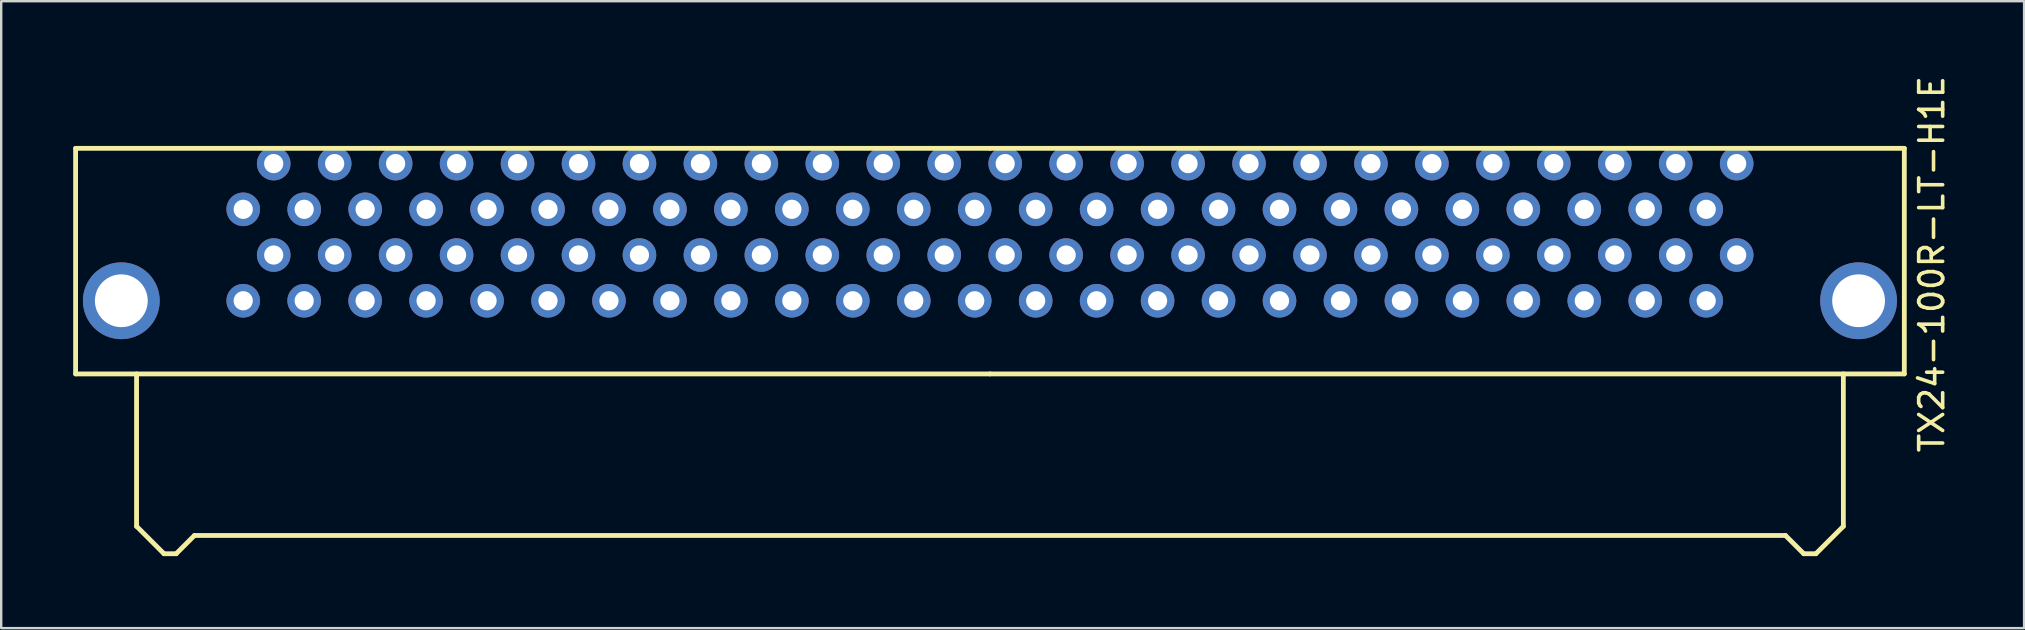
<source format=kicad_pcb>
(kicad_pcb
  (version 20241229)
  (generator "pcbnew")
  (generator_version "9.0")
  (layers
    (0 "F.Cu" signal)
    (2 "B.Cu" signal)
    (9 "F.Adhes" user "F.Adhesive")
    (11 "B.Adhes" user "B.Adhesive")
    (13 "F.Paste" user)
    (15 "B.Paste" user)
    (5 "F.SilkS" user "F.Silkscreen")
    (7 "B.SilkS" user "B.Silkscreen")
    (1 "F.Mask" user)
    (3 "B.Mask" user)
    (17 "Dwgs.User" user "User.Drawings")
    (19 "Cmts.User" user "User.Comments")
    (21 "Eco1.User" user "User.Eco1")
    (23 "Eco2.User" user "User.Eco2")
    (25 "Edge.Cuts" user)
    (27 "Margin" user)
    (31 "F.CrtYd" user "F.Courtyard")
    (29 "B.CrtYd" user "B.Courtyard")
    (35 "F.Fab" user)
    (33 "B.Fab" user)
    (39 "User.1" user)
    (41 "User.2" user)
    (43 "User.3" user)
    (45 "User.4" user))
  (footprint "TX24-100R-LT-H1E"
    (layer "F.Cu")
    (at 69.315 3.767)
    (property "Reference" "TX24-100R-LT-H1E" (at 8.128 4.191 90) (layer "F.SilkS") (effects (font (size 1 1) (thickness 0.15))))
    (attr through_hole)
    (fp_line (start -69.215 -0.635) (end -31.115 -0.635) (stroke (width 0.2) (type solid)) (layer "F.SilkS"))
    (fp_line (start -69.215 8.763) (end -69.215 -0.635) (stroke (width 0.2) (type solid)) (layer "F.SilkS"))
    (fp_line (start -66.675 15.113) (end -66.675 8.763) (stroke (width 0.2) (type solid)) (layer "F.SilkS"))
    (fp_line (start -66.675 15.113) (end -65.532 16.256) (stroke (width 0.2) (type solid)) (layer "F.SilkS"))
    (fp_line (start -65.532 16.256) (end -65.024 16.256) (stroke (width 0.2) (type solid)) (layer "F.SilkS"))
    (fp_line (start -65.024 16.256) (end -64.262 15.494) (stroke (width 0.2) (type solid)) (layer "F.SilkS"))
    (fp_line (start -31.115 -0.635) (end 6.985 -0.635) (stroke (width 0.2) (type solid)) (layer "F.SilkS"))
    (fp_line (start -31.115 8.763) (end -69.215 8.763) (stroke (width 0.2) (type solid)) (layer "F.SilkS"))
    (fp_line (start 2.032 15.494) (end -64.262 15.494) (stroke (width 0.2) (type solid)) (layer "F.SilkS"))
    (fp_line (start 2.032 15.494) (end 2.794 16.256) (stroke (width 0.2) (type solid)) (layer "F.SilkS"))
    (fp_line (start 3.302 16.256) (end 2.794 16.256) (stroke (width 0.2) (type solid)) (layer "F.SilkS"))
    (fp_line (start 4.445 15.113) (end 3.302 16.256) (stroke (width 0.2) (type solid)) (layer "F.SilkS"))
    (fp_line (start 4.445 15.113) (end 4.445 8.763) (stroke (width 0.2) (type solid)) (layer "F.SilkS"))
    (fp_line (start 6.985 -0.635) (end 6.985 8.763) (stroke (width 0.2) (type solid)) (layer "F.SilkS"))
    (fp_line (start 6.985 8.763) (end -31.115 8.763) (stroke (width 0.2) (type solid)) (layer "F.SilkS"))
    (pad "A1" thru_hole circle (at 0 0) (size 1.4 1.4) (drill 0.8) (layers "*.Cu" "*.Mask"))
    (pad "A2" thru_hole circle (at -1.27 1.905) (size 1.4 1.4) (drill 0.8) (layers "*.Cu" "*.Mask"))
    (pad "A3" thru_hole circle (at -2.54 0) (size 1.4 1.4) (drill 0.8) (layers "*.Cu" "*.Mask"))
    (pad "A4" thru_hole circle (at -3.81 1.905) (size 1.4 1.4) (drill 0.8) (layers "*.Cu" "*.Mask"))
    (pad "A5" thru_hole circle (at -5.08 0) (size 1.4 1.4) (drill 0.8) (layers "*.Cu" "*.Mask"))
    (pad "A6" thru_hole circle (at -6.35 1.905) (size 1.4 1.4) (drill 0.8) (layers "*.Cu" "*.Mask"))
    (pad "A7" thru_hole circle (at -7.62 0) (size 1.4 1.4) (drill 0.8) (layers "*.Cu" "*.Mask"))
    (pad "A8" thru_hole circle (at -8.89 1.905) (size 1.4 1.4) (drill 0.8) (layers "*.Cu" "*.Mask"))
    (pad "A9" thru_hole circle (at -10.16 0) (size 1.4 1.4) (drill 0.8) (layers "*.Cu" "*.Mask"))
    (pad "A10" thru_hole circle (at -11.43 1.905) (size 1.4 1.4) (drill 0.8) (layers "*.Cu" "*.Mask"))
    (pad "A11" thru_hole circle (at -12.7 0) (size 1.4 1.4) (drill 0.8) (layers "*.Cu" "*.Mask"))
    (pad "A12" thru_hole circle (at -13.97 1.905) (size 1.4 1.4) (drill 0.8) (layers "*.Cu" "*.Mask"))
    (pad "A13" thru_hole circle (at -15.24 0) (size 1.4 1.4) (drill 0.8) (layers "*.Cu" "*.Mask"))
    (pad "A14" thru_hole circle (at -16.51 1.905) (size 1.4 1.4) (drill 0.8) (layers "*.Cu" "*.Mask"))
    (pad "A15" thru_hole circle (at -17.78 0) (size 1.4 1.4) (drill 0.8) (layers "*.Cu" "*.Mask"))
    (pad "A16" thru_hole circle (at -19.05 1.905) (size 1.4 1.4) (drill 0.8) (layers "*.Cu" "*.Mask"))
    (pad "A17" thru_hole circle (at -20.32 0) (size 1.4 1.4) (drill 0.8) (layers "*.Cu" "*.Mask"))
    (pad "A18" thru_hole circle (at -21.59 1.905) (size 1.4 1.4) (drill 0.8) (layers "*.Cu" "*.Mask"))
    (pad "A19" thru_hole circle (at -22.86 0) (size 1.4 1.4) (drill 0.8) (layers "*.Cu" "*.Mask"))
    (pad "A20" thru_hole circle (at -24.13 1.905) (size 1.4 1.4) (drill 0.8) (layers "*.Cu" "*.Mask"))
    (pad "A21" thru_hole circle (at -25.4 0) (size 1.4 1.4) (drill 0.8) (layers "*.Cu" "*.Mask"))
    (pad "A22" thru_hole circle (at -26.67 1.905) (size 1.4 1.4) (drill 0.8) (layers "*.Cu" "*.Mask"))
    (pad "A23" thru_hole circle (at -27.94 0) (size 1.4 1.4) (drill 0.8) (layers "*.Cu" "*.Mask"))
    (pad "A24" thru_hole circle (at -29.21 1.905) (size 1.4 1.4) (drill 0.8) (layers "*.Cu" "*.Mask"))
    (pad "A25" thru_hole circle (at -30.48 0) (size 1.4 1.4) (drill 0.8) (layers "*.Cu" "*.Mask"))
    (pad "A26" thru_hole circle (at -31.75 1.905) (size 1.4 1.4) (drill 0.8) (layers "*.Cu" "*.Mask"))
    (pad "A27" thru_hole circle (at -33.02 0) (size 1.4 1.4) (drill 0.8) (layers "*.Cu" "*.Mask"))
    (pad "A28" thru_hole circle (at -34.29 1.905) (size 1.4 1.4) (drill 0.8) (layers "*.Cu" "*.Mask"))
    (pad "A29" thru_hole circle (at -35.56 0) (size 1.4 1.4) (drill 0.8) (layers "*.Cu" "*.Mask"))
    (pad "A30" thru_hole circle (at -36.83 1.905) (size 1.4 1.4) (drill 0.8) (layers "*.Cu" "*.Mask"))
    (pad "A31" thru_hole circle (at -38.1 0) (size 1.4 1.4) (drill 0.8) (layers "*.Cu" "*.Mask"))
    (pad "A32" thru_hole circle (at -39.37 1.905) (size 1.4 1.4) (drill 0.8) (layers "*.Cu" "*.Mask"))
    (pad "A33" thru_hole circle (at -40.64 0) (size 1.4 1.4) (drill 0.8) (layers "*.Cu" "*.Mask"))
    (pad "A34" thru_hole circle (at -41.91 1.905) (size 1.4 1.4) (drill 0.8) (layers "*.Cu" "*.Mask"))
    (pad "A35" thru_hole circle (at -43.18 0) (size 1.4 1.4) (drill 0.8) (layers "*.Cu" "*.Mask"))
    (pad "A36" thru_hole circle (at -44.45 1.905) (size 1.4 1.4) (drill 0.8) (layers "*.Cu" "*.Mask"))
    (pad "A37" thru_hole circle (at -45.72 0) (size 1.4 1.4) (drill 0.8) (layers "*.Cu" "*.Mask"))
    (pad "A38" thru_hole circle (at -46.99 1.905) (size 1.4 1.4) (drill 0.8) (layers "*.Cu" "*.Mask"))
    (pad "A39" thru_hole circle (at -48.26 0) (size 1.4 1.4) (drill 0.8) (layers "*.Cu" "*.Mask"))
    (pad "A40" thru_hole circle (at -49.53 1.905) (size 1.4 1.4) (drill 0.8) (layers "*.Cu" "*.Mask"))
    (pad "A41" thru_hole circle (at -50.8 0) (size 1.4 1.4) (drill 0.8) (layers "*.Cu" "*.Mask"))
    (pad "A42" thru_hole circle (at -52.07 1.905) (size 1.4 1.4) (drill 0.8) (layers "*.Cu" "*.Mask"))
    (pad "A43" thru_hole circle (at -53.34 0) (size 1.4 1.4) (drill 0.8) (layers "*.Cu" "*.Mask"))
    (pad "A44" thru_hole circle (at -54.61 1.905) (size 1.4 1.4) (drill 0.8) (layers "*.Cu" "*.Mask"))
    (pad "A45" thru_hole circle (at -55.88 0) (size 1.4 1.4) (drill 0.8) (layers "*.Cu" "*.Mask"))
    (pad "A46" thru_hole circle (at -57.15 1.905) (size 1.4 1.4) (drill 0.8) (layers "*.Cu" "*.Mask"))
    (pad "A47" thru_hole circle (at -58.42 0) (size 1.4 1.4) (drill 0.8) (layers "*.Cu" "*.Mask"))
    (pad "A48" thru_hole circle (at -59.69 1.905) (size 1.4 1.4) (drill 0.8) (layers "*.Cu" "*.Mask"))
    (pad "A49" thru_hole circle (at -60.96 0) (size 1.4 1.4) (drill 0.8) (layers "*.Cu" "*.Mask"))
    (pad "A50" thru_hole circle (at -62.23 1.905) (size 1.4 1.4) (drill 0.8) (layers "*.Cu" "*.Mask"))
    (pad "B1" thru_hole circle (at 0 3.81) (size 1.4 1.4) (drill 0.8) (layers "*.Cu" "*.Mask"))
    (pad "B2" thru_hole circle (at -1.27 5.715) (size 1.4 1.4) (drill 0.8) (layers "*.Cu" "*.Mask"))
    (pad "B3" thru_hole circle (at -2.54 3.81) (size 1.4 1.4) (drill 0.8) (layers "*.Cu" "*.Mask"))
    (pad "B4" thru_hole circle (at -3.81 5.715) (size 1.4 1.4) (drill 0.8) (layers "*.Cu" "*.Mask"))
    (pad "B5" thru_hole circle (at -5.08 3.81) (size 1.4 1.4) (drill 0.8) (layers "*.Cu" "*.Mask"))
    (pad "B6" thru_hole circle (at -6.35 5.715) (size 1.4 1.4) (drill 0.8) (layers "*.Cu" "*.Mask"))
    (pad "B7" thru_hole circle (at -7.62 3.81) (size 1.4 1.4) (drill 0.8) (layers "*.Cu" "*.Mask"))
    (pad "B8" thru_hole circle (at -8.89 5.715) (size 1.4 1.4) (drill 0.8) (layers "*.Cu" "*.Mask"))
    (pad "B9" thru_hole circle (at -10.16 3.81) (size 1.4 1.4) (drill 0.8) (layers "*.Cu" "*.Mask"))
    (pad "B10" thru_hole circle (at -11.43 5.715) (size 1.4 1.4) (drill 0.8) (layers "*.Cu" "*.Mask"))
    (pad "B11" thru_hole circle (at -12.7 3.81) (size 1.4 1.4) (drill 0.8) (layers "*.Cu" "*.Mask"))
    (pad "B12" thru_hole circle (at -13.97 5.715) (size 1.4 1.4) (drill 0.8) (layers "*.Cu" "*.Mask"))
    (pad "B13" thru_hole circle (at -15.24 3.81) (size 1.4 1.4) (drill 0.8) (layers "*.Cu" "*.Mask"))
    (pad "B14" thru_hole circle (at -16.51 5.715) (size 1.4 1.4) (drill 0.8) (layers "*.Cu" "*.Mask"))
    (pad "B15" thru_hole circle (at -17.78 3.81) (size 1.4 1.4) (drill 0.8) (layers "*.Cu" "*.Mask"))
    (pad "B16" thru_hole circle (at -19.05 5.715) (size 1.4 1.4) (drill 0.8) (layers "*.Cu" "*.Mask"))
    (pad "B17" thru_hole circle (at -20.32 3.81) (size 1.4 1.4) (drill 0.8) (layers "*.Cu" "*.Mask"))
    (pad "B18" thru_hole circle (at -21.59 5.715) (size 1.4 1.4) (drill 0.8) (layers "*.Cu" "*.Mask"))
    (pad "B19" thru_hole circle (at -22.86 3.81) (size 1.4 1.4) (drill 0.8) (layers "*.Cu" "*.Mask"))
    (pad "B20" thru_hole circle (at -24.13 5.715) (size 1.4 1.4) (drill 0.8) (layers "*.Cu" "*.Mask"))
    (pad "B21" thru_hole circle (at -25.4 3.81) (size 1.4 1.4) (drill 0.8) (layers "*.Cu" "*.Mask"))
    (pad "B22" thru_hole circle (at -26.67 5.715) (size 1.4 1.4) (drill 0.8) (layers "*.Cu" "*.Mask"))
    (pad "B23" thru_hole circle (at -27.94 3.81) (size 1.4 1.4) (drill 0.8) (layers "*.Cu" "*.Mask"))
    (pad "B24" thru_hole circle (at -29.21 5.715) (size 1.4 1.4) (drill 0.8) (layers "*.Cu" "*.Mask"))
    (pad "B25" thru_hole circle (at -30.48 3.81) (size 1.4 1.4) (drill 0.8) (layers "*.Cu" "*.Mask"))
    (pad "B26" thru_hole circle (at -31.75 5.715) (size 1.4 1.4) (drill 0.8) (layers "*.Cu" "*.Mask"))
    (pad "B27" thru_hole circle (at -33.02 3.81) (size 1.4 1.4) (drill 0.8) (layers "*.Cu" "*.Mask"))
    (pad "B28" thru_hole circle (at -34.29 5.715) (size 1.4 1.4) (drill 0.8) (layers "*.Cu" "*.Mask"))
    (pad "B29" thru_hole circle (at -35.56 3.81) (size 1.4 1.4) (drill 0.8) (layers "*.Cu" "*.Mask"))
    (pad "B30" thru_hole circle (at -36.83 5.715) (size 1.4 1.4) (drill 0.8) (layers "*.Cu" "*.Mask"))
    (pad "B31" thru_hole circle (at -38.1 3.81) (size 1.4 1.4) (drill 0.8) (layers "*.Cu" "*.Mask"))
    (pad "B32" thru_hole circle (at -39.37 5.715) (size 1.4 1.4) (drill 0.8) (layers "*.Cu" "*.Mask"))
    (pad "B33" thru_hole circle (at -40.64 3.81) (size 1.4 1.4) (drill 0.8) (layers "*.Cu" "*.Mask"))
    (pad "B34" thru_hole circle (at -41.91 5.715) (size 1.4 1.4) (drill 0.8) (layers "*.Cu" "*.Mask"))
    (pad "B35" thru_hole circle (at -43.18 3.81) (size 1.4 1.4) (drill 0.8) (layers "*.Cu" "*.Mask"))
    (pad "B36" thru_hole circle (at -44.45 5.715) (size 1.4 1.4) (drill 0.8) (layers "*.Cu" "*.Mask"))
    (pad "B37" thru_hole circle (at -45.72 3.81) (size 1.4 1.4) (drill 0.8) (layers "*.Cu" "*.Mask"))
    (pad "B38" thru_hole circle (at -46.99 5.715) (size 1.4 1.4) (drill 0.8) (layers "*.Cu" "*.Mask"))
    (pad "B39" thru_hole circle (at -48.26 3.81) (size 1.4 1.4) (drill 0.8) (layers "*.Cu" "*.Mask"))
    (pad "B40" thru_hole circle (at -49.53 5.715) (size 1.4 1.4) (drill 0.8) (layers "*.Cu" "*.Mask"))
    (pad "B41" thru_hole circle (at -50.8 3.81) (size 1.4 1.4) (drill 0.8) (layers "*.Cu" "*.Mask"))
    (pad "B42" thru_hole circle (at -52.07 5.715) (size 1.4 1.4) (drill 0.8) (layers "*.Cu" "*.Mask"))
    (pad "B43" thru_hole circle (at -53.34 3.81) (size 1.4 1.4) (drill 0.8) (layers "*.Cu" "*.Mask"))
    (pad "B44" thru_hole circle (at -54.61 5.715) (size 1.4 1.4) (drill 0.8) (layers "*.Cu" "*.Mask"))
    (pad "B45" thru_hole circle (at -55.88 3.81) (size 1.4 1.4) (drill 0.8) (layers "*.Cu" "*.Mask"))
    (pad "B46" thru_hole circle (at -57.15 5.715) (size 1.4 1.4) (drill 0.8) (layers "*.Cu" "*.Mask"))
    (pad "B47" thru_hole circle (at -58.42 3.81) (size 1.4 1.4) (drill 0.8) (layers "*.Cu" "*.Mask"))
    (pad "B48" thru_hole circle (at -59.69 5.715) (size 1.4 1.4) (drill 0.8) (layers "*.Cu" "*.Mask"))
    (pad "B49" thru_hole circle (at -60.96 3.81) (size 1.4 1.4) (drill 0.8) (layers "*.Cu" "*.Mask"))
    (pad "B50" thru_hole circle (at -62.23 5.715) (size 1.4 1.4) (drill 0.8) (layers "*.Cu" "*.Mask"))
    (pad "S" thru_hole circle (at -67.31 5.715) (size 3.2 3.2) (drill 2.2) (layers "*.Cu" "*.Mask"))
    (pad "S" thru_hole circle (at 5.08 5.715) (size 3.2 3.2) (drill 2.2) (layers "*.Cu" "*.Mask")))
  (gr_rect
    (start -3 -3)
    (end 81.291 23.123)
    (stroke (width 0.1) (type default))
    (fill no)
    (layer "Edge.Cuts")))
</source>
